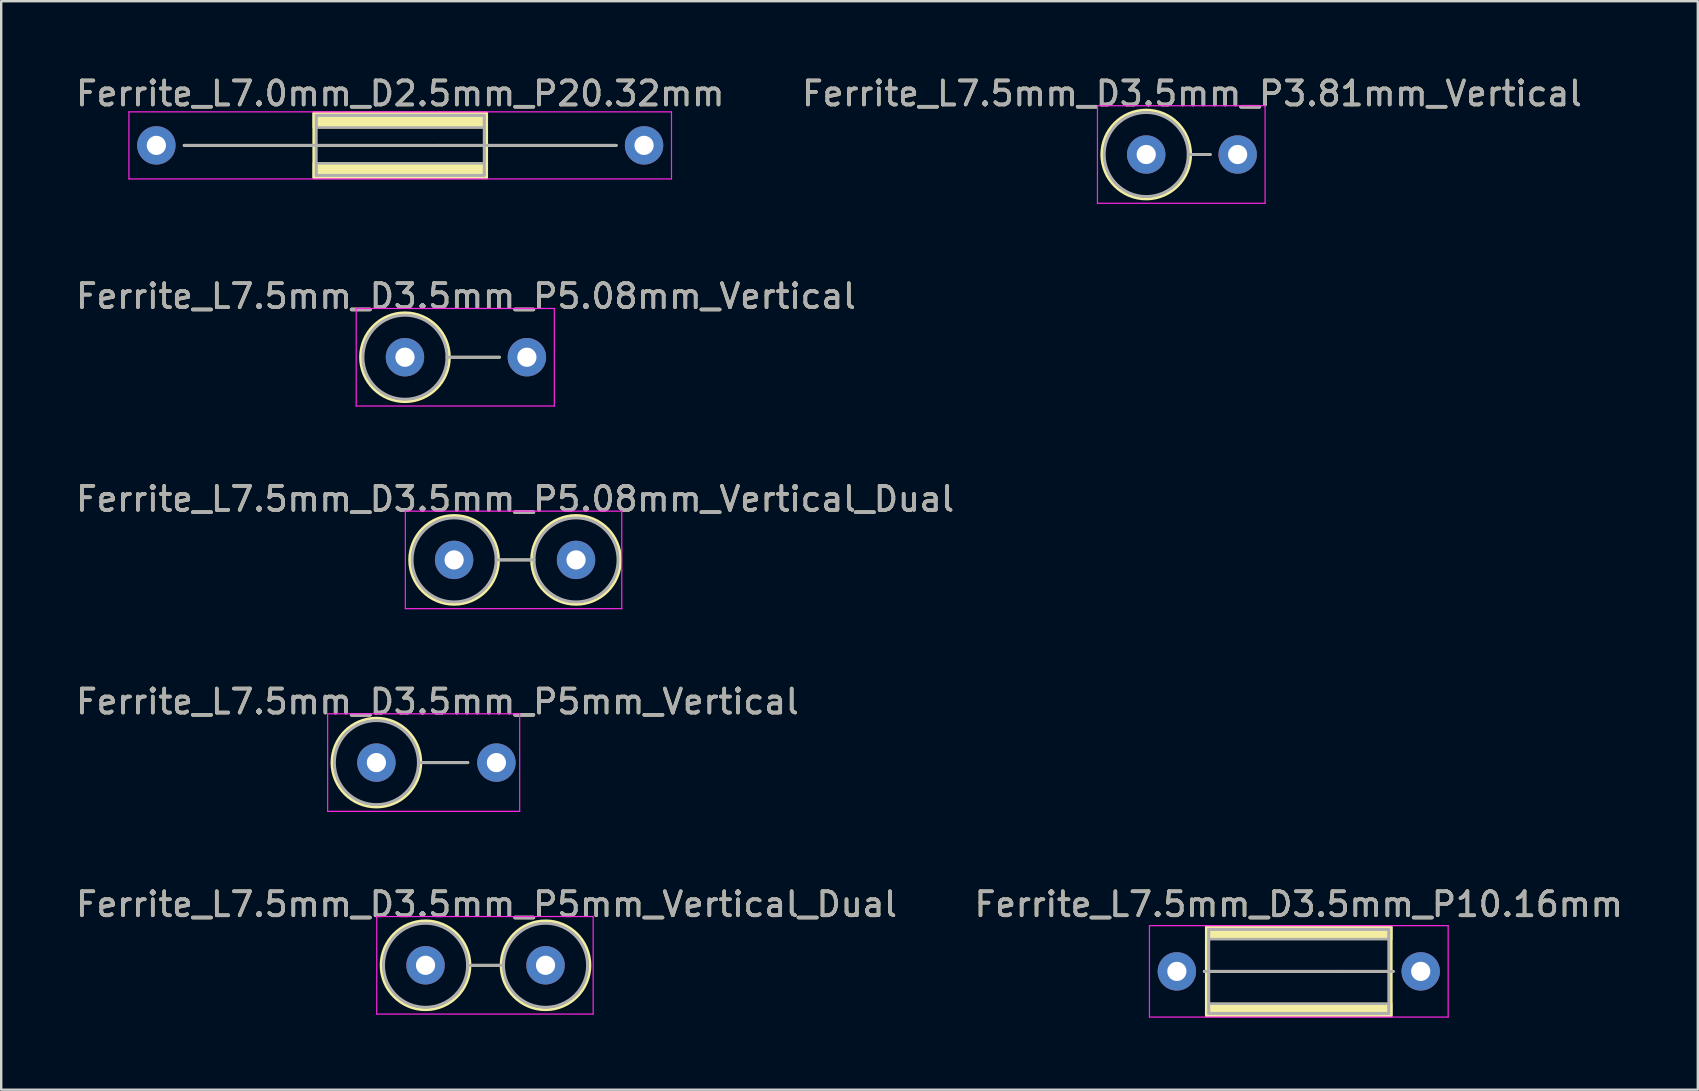
<source format=kicad_pcb>
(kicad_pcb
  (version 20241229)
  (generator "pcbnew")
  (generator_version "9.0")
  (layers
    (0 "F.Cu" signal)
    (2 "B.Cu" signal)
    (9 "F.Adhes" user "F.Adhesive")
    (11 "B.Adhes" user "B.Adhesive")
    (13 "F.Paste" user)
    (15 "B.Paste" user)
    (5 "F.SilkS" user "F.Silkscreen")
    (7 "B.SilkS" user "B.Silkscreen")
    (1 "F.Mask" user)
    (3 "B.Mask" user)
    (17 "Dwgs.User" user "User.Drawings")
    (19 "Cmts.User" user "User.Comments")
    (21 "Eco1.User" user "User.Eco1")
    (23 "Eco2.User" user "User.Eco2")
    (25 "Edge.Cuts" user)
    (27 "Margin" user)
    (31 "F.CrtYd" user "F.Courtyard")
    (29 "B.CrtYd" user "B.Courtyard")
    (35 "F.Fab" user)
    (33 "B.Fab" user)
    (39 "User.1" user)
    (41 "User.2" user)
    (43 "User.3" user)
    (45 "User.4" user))
  (footprint "Ferrite_L7.5mm_D3.5mm_P5.08mm_Vertical"
    (layer "F.Cu")
    (at 13.823 11.834)
    (property "Reference" "Ferrite_L7.5mm_D3.5mm_P5.08mm_Vertical" (at 2.54 -2.54 0) (layer "F.SilkS") (effects (font (size 1 1) (thickness 0.15))))
    (fp_line (start 1.85 0) (end 3.937 0) (stroke (width 0.12) (type solid)) (layer "F.SilkS"))
    (fp_circle (center 0 0) (end 0 -1.85) (stroke (width 0.12) (type solid)) (fill no) (layer "F.SilkS"))
    (fp_line (start -2.032 -2.032) (end 6.223 -2.032) (stroke (width 0.05) (type solid)) (layer "F.CrtYd"))
    (fp_line (start -2.032 2.032) (end -2.032 -2.032) (stroke (width 0.05) (type solid)) (layer "F.CrtYd"))
    (fp_line (start 6.223 -2.032) (end 6.223 2.032) (stroke (width 0.05) (type solid)) (layer "F.CrtYd"))
    (fp_line (start 6.223 2.032) (end -2.032 2.032) (stroke (width 0.05) (type solid)) (layer "F.CrtYd"))
    (fp_line (start 1.75 0) (end 3.937 0) (stroke (width 0.12) (type solid)) (layer "F.Fab"))
    (fp_circle (center 0 0) (end 0 -1.75) (stroke (width 0.12) (type solid)) (fill no) (layer "F.Fab"))
    (fp_text user "${REFERENCE}" (at 2.54 -2.539 0) (layer "F.Fab") (effects (font (size 1 1) (thickness 0.15))))
    (pad "1" thru_hole circle (at 0 0) (size 1.6 1.6) (drill 0.8) (layers "*.Cu" "*.Mask"))
    (pad "2" thru_hole circle (at 5.08 0) (size 1.6 1.6) (drill 0.8) (layers "*.Cu" "*.Mask")))
  (footprint "Ferrite_L7.5mm_D3.5mm_P3.81mm_Vertical"
    (layer "F.Cu")
    (at 44.708 3.388)
    (property "Reference" "Ferrite_L7.5mm_D3.5mm_P3.81mm_Vertical" (at 1.905 -2.54 0) (layer "F.SilkS") (effects (font (size 1 1) (thickness 0.15))))
    (fp_line (start 1.85 0) (end 2.667 0) (stroke (width 0.12) (type solid)) (layer "F.SilkS"))
    (fp_circle (center 0 0) (end 0 -1.85) (stroke (width 0.12) (type solid)) (fill no) (layer "F.SilkS"))
    (fp_line (start -2.032 -2.032) (end 4.953 -2.032) (stroke (width 0.05) (type solid)) (layer "F.CrtYd"))
    (fp_line (start -2.032 2.032) (end -2.032 -2.032) (stroke (width 0.05) (type solid)) (layer "F.CrtYd"))
    (fp_line (start 4.953 -2.032) (end 4.953 2.032) (stroke (width 0.05) (type solid)) (layer "F.CrtYd"))
    (fp_line (start 4.953 2.032) (end -2.032 2.032) (stroke (width 0.05) (type solid)) (layer "F.CrtYd"))
    (fp_line (start 1.75 0) (end 2.667 0) (stroke (width 0.12) (type solid)) (layer "F.Fab"))
    (fp_circle (center 0 0) (end 0 -1.75) (stroke (width 0.12) (type solid)) (fill no) (layer "F.Fab"))
    (fp_text user "${REFERENCE}" (at 1.905 -2.539 0) (layer "F.Fab") (effects (font (size 1 1) (thickness 0.15))))
    (pad "1" thru_hole circle (at 0 0) (size 1.6 1.6) (drill 0.8) (layers "*.Cu" "*.Mask"))
    (pad "2" thru_hole circle (at 3.81 0) (size 1.6 1.6) (drill 0.8) (layers "*.Cu" "*.Mask")))
  (footprint "Ferrite_L7.5mm_D3.5mm_P10.16mm"
    (layer "F.Cu")
    (at 45.985 37.423)
    (property "Reference" "Ferrite_L7.5mm_D3.5mm_P10.16mm" (at 5.08 -2.794 0) (layer "F.SilkS") (effects (font (size 1 1) (thickness 0.15))))
    (fp_line (start 6.694 0.000002) (end 1.143 0) (stroke (width 0.12) (type solid)) (layer "F.SilkS"))
    (fp_line (start 6.694 0.000002) (end 9.017 0) (stroke (width 0.12) (type solid)) (layer "F.SilkS"))
    (fp_rect (start 1.23 -1.85) (end 8.93 1.85) (stroke (width 0.12) (type solid)) (fill no) (layer "F.SilkS"))
    (fp_poly (pts (xy 1.23 1.35) (xy 8.93 1.35) (xy 8.93 1.85) (xy 1.23 1.85)) (stroke (width 0.1) (type solid)) (fill yes) (layer "F.SilkS"))
    (fp_poly (pts (xy 8.93 -1.35) (xy 1.23 -1.35) (xy 1.23 -1.85) (xy 8.93 -1.85)) (stroke (width 0.1) (type solid)) (fill yes) (layer "F.SilkS"))
    (fp_line (start -1.143 -1.905) (end 11.303 -1.905) (stroke (width 0.05) (type solid)) (layer "F.CrtYd"))
    (fp_line (start -1.143 1.905) (end -1.143 -1.905) (stroke (width 0.05) (type solid)) (layer "F.CrtYd"))
    (fp_line (start 11.303 -1.905) (end 11.303 1.905) (stroke (width 0.05) (type solid)) (layer "F.CrtYd"))
    (fp_line (start 11.303 1.905) (end -1.143 1.905) (stroke (width 0.05) (type solid)) (layer "F.CrtYd"))
    (fp_line (start 1.33 -1.75) (end 8.83 -1.75) (stroke (width 0.12) (type solid)) (layer "F.Fab"))
    (fp_line (start 1.33 1.75) (end 1.33 -1.75) (stroke (width 0.12) (type solid)) (layer "F.Fab"))
    (fp_line (start 6.567 0.000002) (end 1.143 0) (stroke (width 0.12) (type solid)) (layer "F.Fab"))
    (fp_line (start 6.604 0) (end 9.017 0) (stroke (width 0.12) (type solid)) (layer "F.Fab"))
    (fp_line (start 8.83 -1.75) (end 8.83 1.75) (stroke (width 0.12) (type solid)) (layer "F.Fab"))
    (fp_line (start 8.83 1.75) (end 1.33 1.75) (stroke (width 0.12) (type solid)) (layer "F.Fab"))
    (fp_poly (pts (xy 1.33 1.35) (xy 8.83 1.35) (xy 8.83 1.75) (xy 1.33 1.75)) (stroke (width 0.1) (type solid)) (fill no) (layer "F.Fab"))
    (fp_poly (pts (xy 8.83 -1.35) (xy 1.33 -1.35) (xy 1.33 -1.75) (xy 8.83 -1.75)) (stroke (width 0.1) (type solid)) (fill no) (layer "F.Fab"))
    (fp_text user "${REFERENCE}" (at 5.08 -2.793 0) (layer "F.Fab") (effects (font (size 1 1) (thickness 0.15))))
    (pad "1" thru_hole circle (at 0 0) (size 1.6 1.6) (drill 0.8) (layers "*.Cu" "*.Mask"))
    (pad "2" thru_hole circle (at 10.16 0) (size 1.6 1.6) (drill 0.8) (layers "*.Cu" "*.Mask")))
  (footprint "Ferrite_L7.0mm_D2.5mm_P20.32mm"
    (layer "F.Cu")
    (at 3.465 3.007)
    (property "Reference" "Ferrite_L7.0mm_D2.5mm_P20.32mm" (at 10.16 -2.159 0) (layer "F.SilkS") (effects (font (size 1 1) (thickness 0.15))))
    (fp_line (start 11.774 0.000002) (end 1.16 0) (stroke (width 0.12) (type solid)) (layer "F.SilkS"))
    (fp_line (start 11.774 0.000002) (end 19.16 0) (stroke (width 0.12) (type solid)) (layer "F.SilkS"))
    (fp_rect (start 6.56 -1.35) (end 13.76 1.35) (stroke (width 0.12) (type solid)) (fill no) (layer "F.SilkS"))
    (fp_poly (pts (xy 13.76 -0.75) (xy 6.56 -0.75) (xy 6.56 -1.35) (xy 13.76 -1.35)) (stroke (width 0.1) (type solid)) (fill yes) (layer "F.SilkS"))
    (fp_poly (pts (xy 13.76 1.35) (xy 6.56 1.35) (xy 6.56 0.75) (xy 13.76 0.75)) (stroke (width 0.1) (type solid)) (fill yes) (layer "F.SilkS"))
    (fp_line (start -1.143 -1.397) (end 21.463 -1.397) (stroke (width 0.05) (type solid)) (layer "F.CrtYd"))
    (fp_line (start -1.143 1.397) (end -1.143 -1.397) (stroke (width 0.05) (type solid)) (layer "F.CrtYd"))
    (fp_line (start 21.463 -1.397) (end 21.463 1.397) (stroke (width 0.05) (type solid)) (layer "F.CrtYd"))
    (fp_line (start 21.463 1.397) (end -1.143 1.397) (stroke (width 0.05) (type solid)) (layer "F.CrtYd"))
    (fp_line (start 6.66 -1.25) (end 6.66 0) (stroke (width 0.12) (type solid)) (layer "F.Fab"))
    (fp_line (start 6.66 0) (end 6.66 1.25) (stroke (width 0.12) (type solid)) (layer "F.Fab"))
    (fp_line (start 6.66 1.25) (end 13.66 1.25) (stroke (width 0.12) (type solid)) (layer "F.Fab"))
    (fp_line (start 11.774 0.000002) (end 1.16 0) (stroke (width 0.12) (type solid)) (layer "F.Fab"))
    (fp_line (start 11.774 0.000002) (end 19.16 0) (stroke (width 0.12) (type solid)) (layer "F.Fab"))
    (fp_line (start 13.66 -1.25) (end 6.66 -1.25) (stroke (width 0.12) (type solid)) (layer "F.Fab"))
    (fp_line (start 13.66 1.25) (end 13.66 -1.25) (stroke (width 0.12) (type solid)) (layer "F.Fab"))
    (fp_poly (pts (xy 13.66 -0.75) (xy 6.66 -0.75) (xy 6.66 -1.25) (xy 13.66 -1.25)) (stroke (width 0.1) (type solid)) (fill no) (layer "F.Fab"))
    (fp_poly (pts (xy 13.66 1.25) (xy 6.66 1.25) (xy 6.66 0.75) (xy 13.66 0.75)) (stroke (width 0.1) (type solid)) (fill no) (layer "F.Fab"))
    (fp_text user "${REFERENCE}" (at 10.16 -2.158 0) (layer "F.Fab") (effects (font (size 1 1) (thickness 0.15))))
    (pad "1" thru_hole circle (at 0 0) (size 1.6 1.6) (drill 0.8) (layers "*.Cu" "*.Mask"))
    (pad "2" thru_hole circle (at 20.32 0) (size 1.6 1.6) (drill 0.8) (layers "*.Cu" "*.Mask")))
  (footprint "Ferrite_L7.5mm_D3.5mm_P5mm_Vertical_Dual"
    (layer "F.Cu")
    (at 14.68 37.169)
    (property "Reference" "Ferrite_L7.5mm_D3.5mm_P5mm_Vertical_Dual" (at 2.54 -2.54 0) (layer "F.SilkS") (effects (font (size 1 1) (thickness 0.15))))
    (fp_line (start 1.85 0) (end 3.15 0) (stroke (width 0.12) (type solid)) (layer "F.SilkS"))
    (fp_circle (center 0 0) (end 0 -1.85) (stroke (width 0.12) (type solid)) (fill no) (layer "F.SilkS"))
    (fp_circle (center 5 0) (end 5 -1.85) (stroke (width 0.12) (type solid)) (fill no) (layer "F.SilkS"))
    (fp_line (start -2.032 -2.032) (end 6.985 -2.032) (stroke (width 0.05) (type solid)) (layer "F.CrtYd"))
    (fp_line (start -2.032 2.032) (end -2.032 -2.032) (stroke (width 0.05) (type solid)) (layer "F.CrtYd"))
    (fp_line (start 6.985 -2.032) (end 6.985 2.032) (stroke (width 0.05) (type solid)) (layer "F.CrtYd"))
    (fp_line (start 6.985 2.032) (end -2.032 2.032) (stroke (width 0.05) (type solid)) (layer "F.CrtYd"))
    (fp_line (start 1.75 0) (end 3.25 0) (stroke (width 0.12) (type solid)) (layer "F.Fab"))
    (fp_circle (center 0 0) (end 0 -1.75) (stroke (width 0.12) (type solid)) (fill no) (layer "F.Fab"))
    (fp_circle (center 5 0) (end 5 -1.75) (stroke (width 0.12) (type solid)) (fill no) (layer "F.Fab"))
    (fp_text user "${REFERENCE}" (at 2.54 -2.539 0) (layer "F.Fab") (effects (font (size 1 1) (thickness 0.15))))
    (pad "1" thru_hole circle (at 0 0) (size 1.6 1.6) (drill 0.8) (layers "*.Cu" "*.Mask"))
    (pad "2" thru_hole circle (at 5 0) (size 1.6 1.6) (drill 0.8) (layers "*.Cu" "*.Mask")))
  (footprint "Ferrite_L7.5mm_D3.5mm_P5mm_Vertical"
    (layer "F.Cu")
    (at 12.633 28.724)
    (property "Reference" "Ferrite_L7.5mm_D3.5mm_P5mm_Vertical" (at 2.54 -2.54 0) (layer "F.SilkS") (effects (font (size 1 1) (thickness 0.15))))
    (fp_line (start 1.85 0) (end 3.81 0) (stroke (width 0.12) (type solid)) (layer "F.SilkS"))
    (fp_circle (center 0 0) (end 0 -1.85) (stroke (width 0.12) (type solid)) (fill no) (layer "F.SilkS"))
    (fp_line (start -2.032 -2.032) (end 5.969 -2.032) (stroke (width 0.05) (type solid)) (layer "F.CrtYd"))
    (fp_line (start -2.032 2.032) (end -2.032 -2.032) (stroke (width 0.05) (type solid)) (layer "F.CrtYd"))
    (fp_line (start 5.969 -2.032) (end 5.969 2.032) (stroke (width 0.05) (type solid)) (layer "F.CrtYd"))
    (fp_line (start 5.969 2.032) (end -2.032 2.032) (stroke (width 0.05) (type solid)) (layer "F.CrtYd"))
    (fp_line (start 1.75 0) (end 3.81 0) (stroke (width 0.12) (type solid)) (layer "F.Fab"))
    (fp_circle (center 0 0) (end 0 -1.75) (stroke (width 0.12) (type solid)) (fill no) (layer "F.Fab"))
    (fp_text user "${REFERENCE}" (at 2.54 -2.539 0) (layer "F.Fab") (effects (font (size 1 1) (thickness 0.15))))
    (pad "1" thru_hole circle (at 0 0) (size 1.6 1.6) (drill 0.8) (layers "*.Cu" "*.Mask"))
    (pad "2" thru_hole circle (at 5 0) (size 1.6 1.6) (drill 0.8) (layers "*.Cu" "*.Mask")))
  (footprint "Ferrite_L7.5mm_D3.5mm_P5.08mm_Vertical_Dual"
    (layer "F.Cu")
    (at 15.871 20.279)
    (property "Reference" "Ferrite_L7.5mm_D3.5mm_P5.08mm_Vertical_Dual" (at 2.54 -2.54 0) (layer "F.SilkS") (effects (font (size 1 1) (thickness 0.15))))
    (fp_line (start 1.85 0) (end 3.23 0) (stroke (width 0.12) (type solid)) (layer "F.SilkS"))
    (fp_circle (center 0 0) (end 0 -1.85) (stroke (width 0.12) (type solid)) (fill no) (layer "F.SilkS"))
    (fp_circle (center 5.08 0) (end 5.08 -1.85) (stroke (width 0.12) (type solid)) (fill no) (layer "F.SilkS"))
    (fp_line (start -2.032 -2.032) (end 6.985 -2.032) (stroke (width 0.05) (type solid)) (layer "F.CrtYd"))
    (fp_line (start -2.032 2.032) (end -2.032 -2.032) (stroke (width 0.05) (type solid)) (layer "F.CrtYd"))
    (fp_line (start 6.985 -2.032) (end 6.985 2.032) (stroke (width 0.05) (type solid)) (layer "F.CrtYd"))
    (fp_line (start 6.985 2.032) (end -2.032 2.032) (stroke (width 0.05) (type solid)) (layer "F.CrtYd"))
    (fp_line (start 1.75 0) (end 3.33 0) (stroke (width 0.12) (type solid)) (layer "F.Fab"))
    (fp_circle (center 0 0) (end 0 -1.75) (stroke (width 0.12) (type solid)) (fill no) (layer "F.Fab"))
    (fp_circle (center 5.08 0) (end 5.08 -1.75) (stroke (width 0.12) (type solid)) (fill no) (layer "F.Fab"))
    (fp_text user "${REFERENCE}" (at 2.54 -2.539 0) (layer "F.Fab") (effects (font (size 1 1) (thickness 0.15))))
    (pad "1" thru_hole circle (at 0 0) (size 1.6 1.6) (drill 0.8) (layers "*.Cu" "*.Mask"))
    (pad "2" thru_hole circle (at 5.08 0) (size 1.6 1.6) (drill 0.8) (layers "*.Cu" "*.Mask")))
  (gr_rect
    (start -3 -3)
    (end 67.69 42.353)
    (stroke (width 0.1) (type default))
    (fill no)
    (layer "Edge.Cuts")))
</source>
